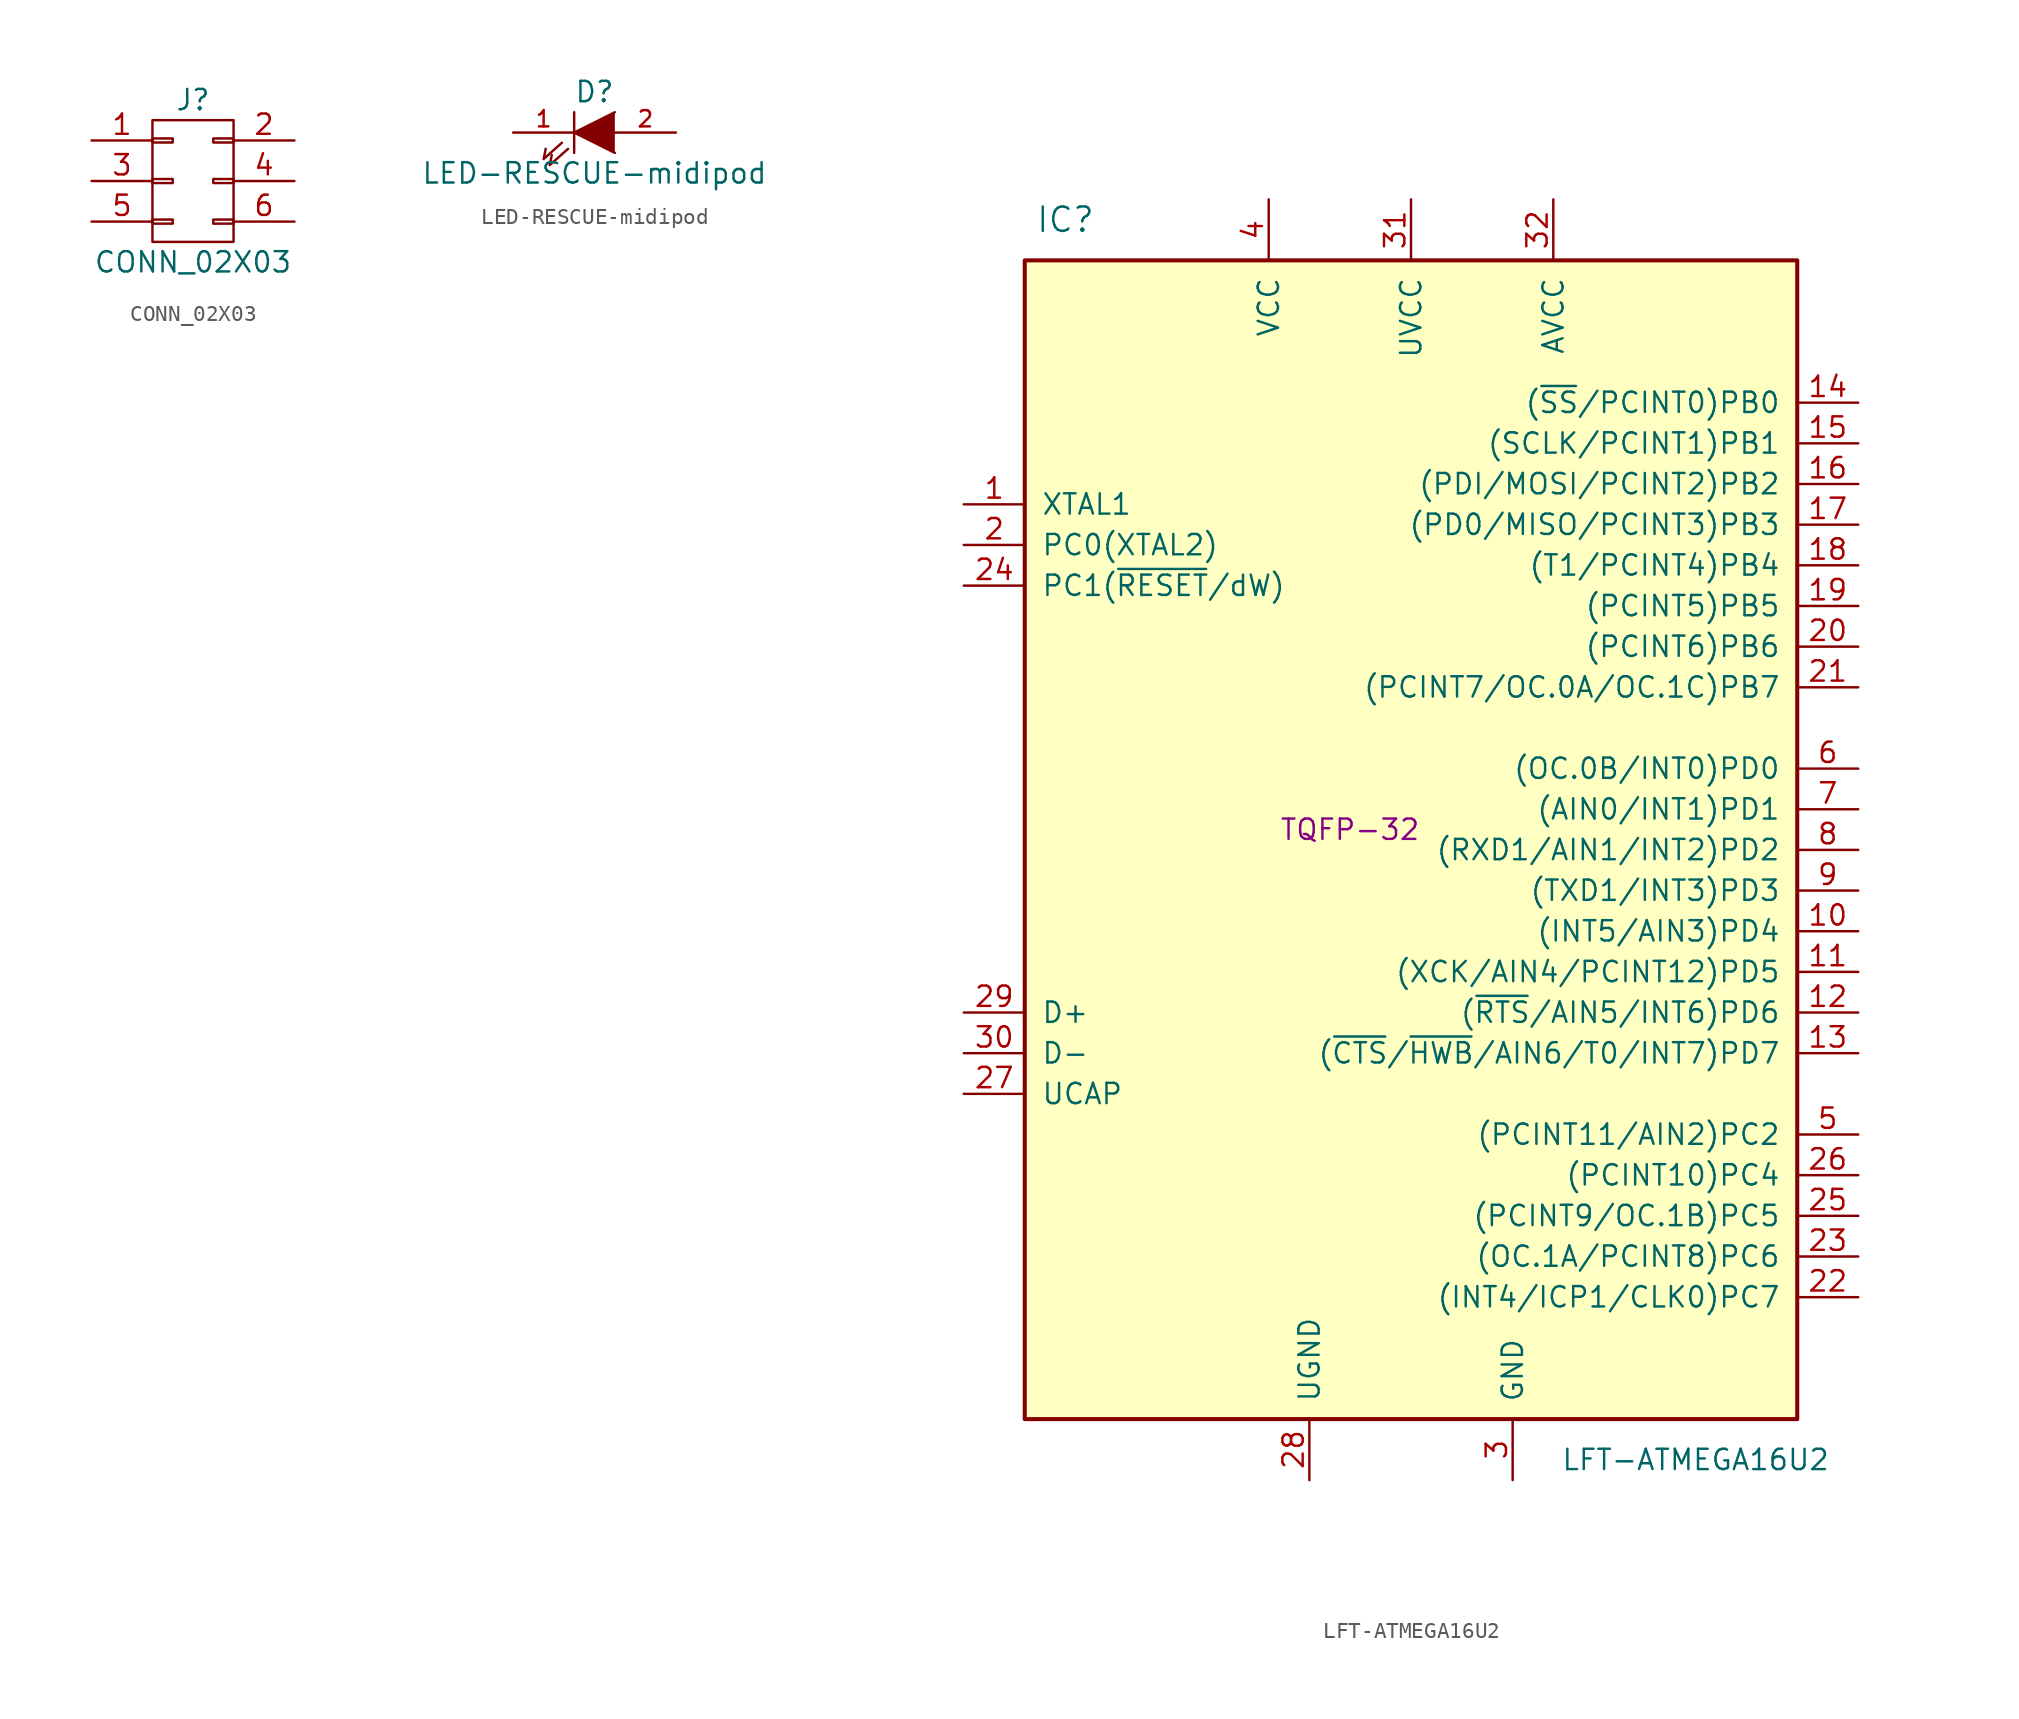
<source format=kicad_sym>
(kicad_symbol_lib
  (version 20231120)
  (generator "kicad_symbol_editor")
  (generator_version "8.0")
  (symbol "CONN_02X03"
    (pin_names
      (offset 0.025) hide)
    (property "Reference" "J"
      (at 0 5.08 0)
      (effects (font (size 1.27 1.27))))
    (property "Value" "CONN_02X03"
      (at 0 -5.08 0)
      (effects (font (size 1.27 1.27))))
    (symbol "CONN_02X03_0_1"
      (rectangle (start -2.54 -2.413) (end -1.27 -2.667) (stroke (width 0) (type solid)) (fill (type none)))
      (rectangle (start -2.54 0.127) (end -1.27 -0.127) (stroke (width 0) (type solid)) (fill (type none)))
      (rectangle (start -2.54 2.667) (end -1.27 2.413) (stroke (width 0) (type solid)) (fill (type none)))
      (rectangle (start -2.54 3.81) (end 2.54 -3.81) (stroke (width 0) (type solid)) (fill (type none)))
      (rectangle (start 1.27 -2.413) (end 2.54 -2.667) (stroke (width 0) (type solid)) (fill (type none)))
      (rectangle (start 1.27 0.127) (end 2.54 -0.127) (stroke (width 0) (type solid)) (fill (type none)))
      (rectangle (start 1.27 2.667) (end 2.54 2.413) (stroke (width 0) (type solid)) (fill (type none))))
    (symbol "CONN_02X03_1_1"
      (pin passive line (at -6.35 2.54 0) (length 3.81) (name "P1" (effects (font (size 1.27 1.27)))) (number "1" (effects (font (size 1.27 1.27)))))
      (pin passive line (at 6.35 2.54 180) (length 3.81) (name "P2" (effects (font (size 1.27 1.27)))) (number "2" (effects (font (size 1.27 1.27)))))
      (pin passive line (at -6.35 0 0) (length 3.81) (name "P3" (effects (font (size 1.27 1.27)))) (number "3" (effects (font (size 1.27 1.27)))))
      (pin passive line (at 6.35 0 180) (length 3.81) (name "P4" (effects (font (size 1.27 1.27)))) (number "4" (effects (font (size 1.27 1.27)))))
      (pin passive line (at -6.35 -2.54 0) (length 3.81) (name "P5" (effects (font (size 1.27 1.27)))) (number "5" (effects (font (size 1.27 1.27)))))
      (pin passive line (at 6.35 -2.54 180) (length 3.81) (name "P6" (effects (font (size 1.27 1.27)))) (number "6" (effects (font (size 1.27 1.27)))))))
  (symbol "LED-RESCUE-midipod"
    (pin_names
      (offset 1.016) hide)
    (property "Reference" "D"
      (at 0 2.54 0)
      (effects (font (size 1.27 1.27))))
    (property "Value" "LED-RESCUE-midipod"
      (at 0 -2.54 0)
      (effects (font (size 1.27 1.27))))
    (property "Footprint" ""
      (at 0 0 0)
      (effects (font (size 1.27 1.27))))
    (property "Datasheet" ""
      (at 0 0 0)
      (effects (font (size 1.27 1.27))))
    (symbol "LED-RESCUE-midipod_0_1"
      (polyline (pts (xy -1.27 1.27) (xy -1.27 -1.27)) (stroke (width 0) (type solid)) (fill (type none)))
      (polyline (pts (xy -2.032 -0.635) (xy -3.175 -1.651) (xy -3.048 -1.016)) (stroke (width 0) (type solid)) (fill (type none)))
      (polyline (pts (xy -1.651 -1.016) (xy -2.794 -2.032) (xy -2.667 -1.397)) (stroke (width 0) (type solid)) (fill (type none)))
      (polyline (pts (xy 1.27 1.27) (xy -1.27 0) (xy 1.27 -1.27)) (stroke (width 0) (type solid)) (fill (type outline))))
    (symbol "LED-RESCUE-midipod_1_1"
      (pin passive line (at -5.08 0 0) (length 3.81) (name "K" (effects (font (size 1.016 1.016)))) (number "1" (effects (font (size 1.016 1.016)))))
      (pin passive line (at 5.08 0 180) (length 3.81) (name "A" (effects (font (size 1.016 1.016)))) (number "2" (effects (font (size 1.016 1.016)))))))
  (symbol "LFT-ATMEGA16U2"
    (pin_names
      (offset 1.016))
    (property "Reference" "IC"
      (at -21.59 39.37 0)
      (effects (font (size 1.524 1.524))))
    (property "Value" "LFT-ATMEGA16U2"
      (at 17.78 -38.1 0)
      (effects (font (size 1.27 1.27))))
    (property "Footprint" "TQFP-32"
      (at -3.81 1.27 0)
      (effects (font (size 1.27 1.27))))
    (symbol "LFT-ATMEGA16U2_0_1"
      (rectangle (start -24.13 36.83) (end 24.13 -35.56) (stroke (width 0.254) (type solid)) (fill (type background))))
    (symbol "LFT-ATMEGA16U2_1_1"
      (pin input line (at -27.94 21.59 0) (length 3.81) (name "XTAL1" (effects (font (size 1.27 1.27)))) (number "1" (effects (font (size 1.27 1.27)))))
      (pin bidirectional line (at 27.94 -5.08 180) (length 3.81) (name "(INT5/AIN3)PD4" (effects (font (size 1.27 1.27)))) (number "10" (effects (font (size 1.27 1.27)))))
      (pin bidirectional line (at 27.94 -7.62 180) (length 3.81) (name "(XCK/AIN4/PCINT12)PD5" (effects (font (size 1.27 1.27)))) (number "11" (effects (font (size 1.27 1.27)))))
      (pin bidirectional line (at 27.94 -10.16 180) (length 3.81) (name "(~{RTS}/AIN5/INT6)PD6" (effects (font (size 1.27 1.27)))) (number "12" (effects (font (size 1.27 1.27)))))
      (pin bidirectional line (at 27.94 -12.7 180) (length 3.81) (name "(~{CTS}/~{HWB}/AIN6/T0/INT7)PD7" (effects (font (size 1.27 1.27)))) (number "13" (effects (font (size 1.27 1.27)))))
      (pin bidirectional line (at 27.94 27.94 180) (length 3.81) (name "(~{SS}/PCINT0)PB0" (effects (font (size 1.27 1.27)))) (number "14" (effects (font (size 1.27 1.27)))))
      (pin bidirectional line (at 27.94 25.4 180) (length 3.81) (name "(SCLK/PCINT1)PB1" (effects (font (size 1.27 1.27)))) (number "15" (effects (font (size 1.27 1.27)))))
      (pin bidirectional line (at 27.94 22.86 180) (length 3.81) (name "(PDI/MOSI/PCINT2)PB2" (effects (font (size 1.27 1.27)))) (number "16" (effects (font (size 1.27 1.27)))))
      (pin bidirectional line (at 27.94 20.32 180) (length 3.81) (name "(PD0/MISO/PCINT3)PB3" (effects (font (size 1.27 1.27)))) (number "17" (effects (font (size 1.27 1.27)))))
      (pin bidirectional line (at 27.94 17.78 180) (length 3.81) (name "(T1/PCINT4)PB4" (effects (font (size 1.27 1.27)))) (number "18" (effects (font (size 1.27 1.27)))))
      (pin bidirectional line (at 27.94 15.24 180) (length 3.81) (name "(PCINT5)PB5" (effects (font (size 1.27 1.27)))) (number "19" (effects (font (size 1.27 1.27)))))
      (pin bidirectional line (at -27.94 19.05 0) (length 3.81) (name "PC0(XTAL2)" (effects (font (size 1.27 1.27)))) (number "2" (effects (font (size 1.27 1.27)))))
      (pin bidirectional line (at 27.94 12.7 180) (length 3.81) (name "(PCINT6)PB6" (effects (font (size 1.27 1.27)))) (number "20" (effects (font (size 1.27 1.27)))))
      (pin bidirectional line (at 27.94 10.16 180) (length 3.81) (name "(PCINT7/OC.0A/OC.1C)PB7" (effects (font (size 1.27 1.27)))) (number "21" (effects (font (size 1.27 1.27)))))
      (pin bidirectional line (at 27.94 -27.94 180) (length 3.81) (name "(INT4/ICP1/CLK0)PC7" (effects (font (size 1.27 1.27)))) (number "22" (effects (font (size 1.27 1.27)))))
      (pin bidirectional line (at 27.94 -25.4 180) (length 3.81) (name "(OC.1A/PCINT8)PC6" (effects (font (size 1.27 1.27)))) (number "23" (effects (font (size 1.27 1.27)))))
      (pin bidirectional line (at -27.94 16.51 0) (length 3.81) (name "PC1(~{RESET}/dW)" (effects (font (size 1.27 1.27)))) (number "24" (effects (font (size 1.27 1.27)))))
      (pin bidirectional line (at 27.94 -22.86 180) (length 3.81) (name "(PCINT9/OC.1B)PC5" (effects (font (size 1.27 1.27)))) (number "25" (effects (font (size 1.27 1.27)))))
      (pin bidirectional line (at 27.94 -20.32 180) (length 3.81) (name "(PCINT10)PC4" (effects (font (size 1.27 1.27)))) (number "26" (effects (font (size 1.27 1.27)))))
      (pin passive line (at -27.94 -15.24 0) (length 3.81) (name "UCAP" (effects (font (size 1.27 1.27)))) (number "27" (effects (font (size 1.27 1.27)))))
      (pin power_in line (at -6.35 -39.37 90) (length 3.81) (name "UGND" (effects (font (size 1.27 1.27)))) (number "28" (effects (font (size 1.27 1.27)))))
      (pin bidirectional line (at -27.94 -10.16 0) (length 3.81) (name "D+" (effects (font (size 1.27 1.27)))) (number "29" (effects (font (size 1.27 1.27)))))
      (pin power_in line (at 6.35 -39.37 90) (length 3.81) (name "GND" (effects (font (size 1.27 1.27)))) (number "3" (effects (font (size 1.27 1.27)))))
      (pin bidirectional line (at -27.94 -12.7 0) (length 3.81) (name "D-" (effects (font (size 1.27 1.27)))) (number "30" (effects (font (size 1.27 1.27)))))
      (pin power_in line (at 0 40.64 270) (length 3.81) (name "UVCC" (effects (font (size 1.27 1.27)))) (number "31" (effects (font (size 1.27 1.27)))))
      (pin power_in line (at 8.89 40.64 270) (length 3.81) (name "AVCC" (effects (font (size 1.27 1.27)))) (number "32" (effects (font (size 1.27 1.27)))))
      (pin power_in line (at -8.89 40.64 270) (length 3.81) (name "VCC" (effects (font (size 1.27 1.27)))) (number "4" (effects (font (size 1.27 1.27)))))
      (pin bidirectional line (at 27.94 -17.78 180) (length 3.81) (name "(PCINT11/AIN2)PC2" (effects (font (size 1.27 1.27)))) (number "5" (effects (font (size 1.27 1.27)))))
      (pin bidirectional line (at 27.94 5.08 180) (length 3.81) (name "(OC.0B/INT0)PD0" (effects (font (size 1.27 1.27)))) (number "6" (effects (font (size 1.27 1.27)))))
      (pin bidirectional line (at 27.94 2.54 180) (length 3.81) (name "(AIN0/INT1)PD1" (effects (font (size 1.27 1.27)))) (number "7" (effects (font (size 1.27 1.27)))))
      (pin bidirectional line (at 27.94 0 180) (length 3.81) (name "(RXD1/AIN1/INT2)PD2" (effects (font (size 1.27 1.27)))) (number "8" (effects (font (size 1.27 1.27)))))
      (pin bidirectional line (at 27.94 -2.54 180) (length 3.81) (name "(TXD1/INT3)PD3" (effects (font (size 1.27 1.27)))) (number "9" (effects (font (size 1.27 1.27))))))))
</source>
